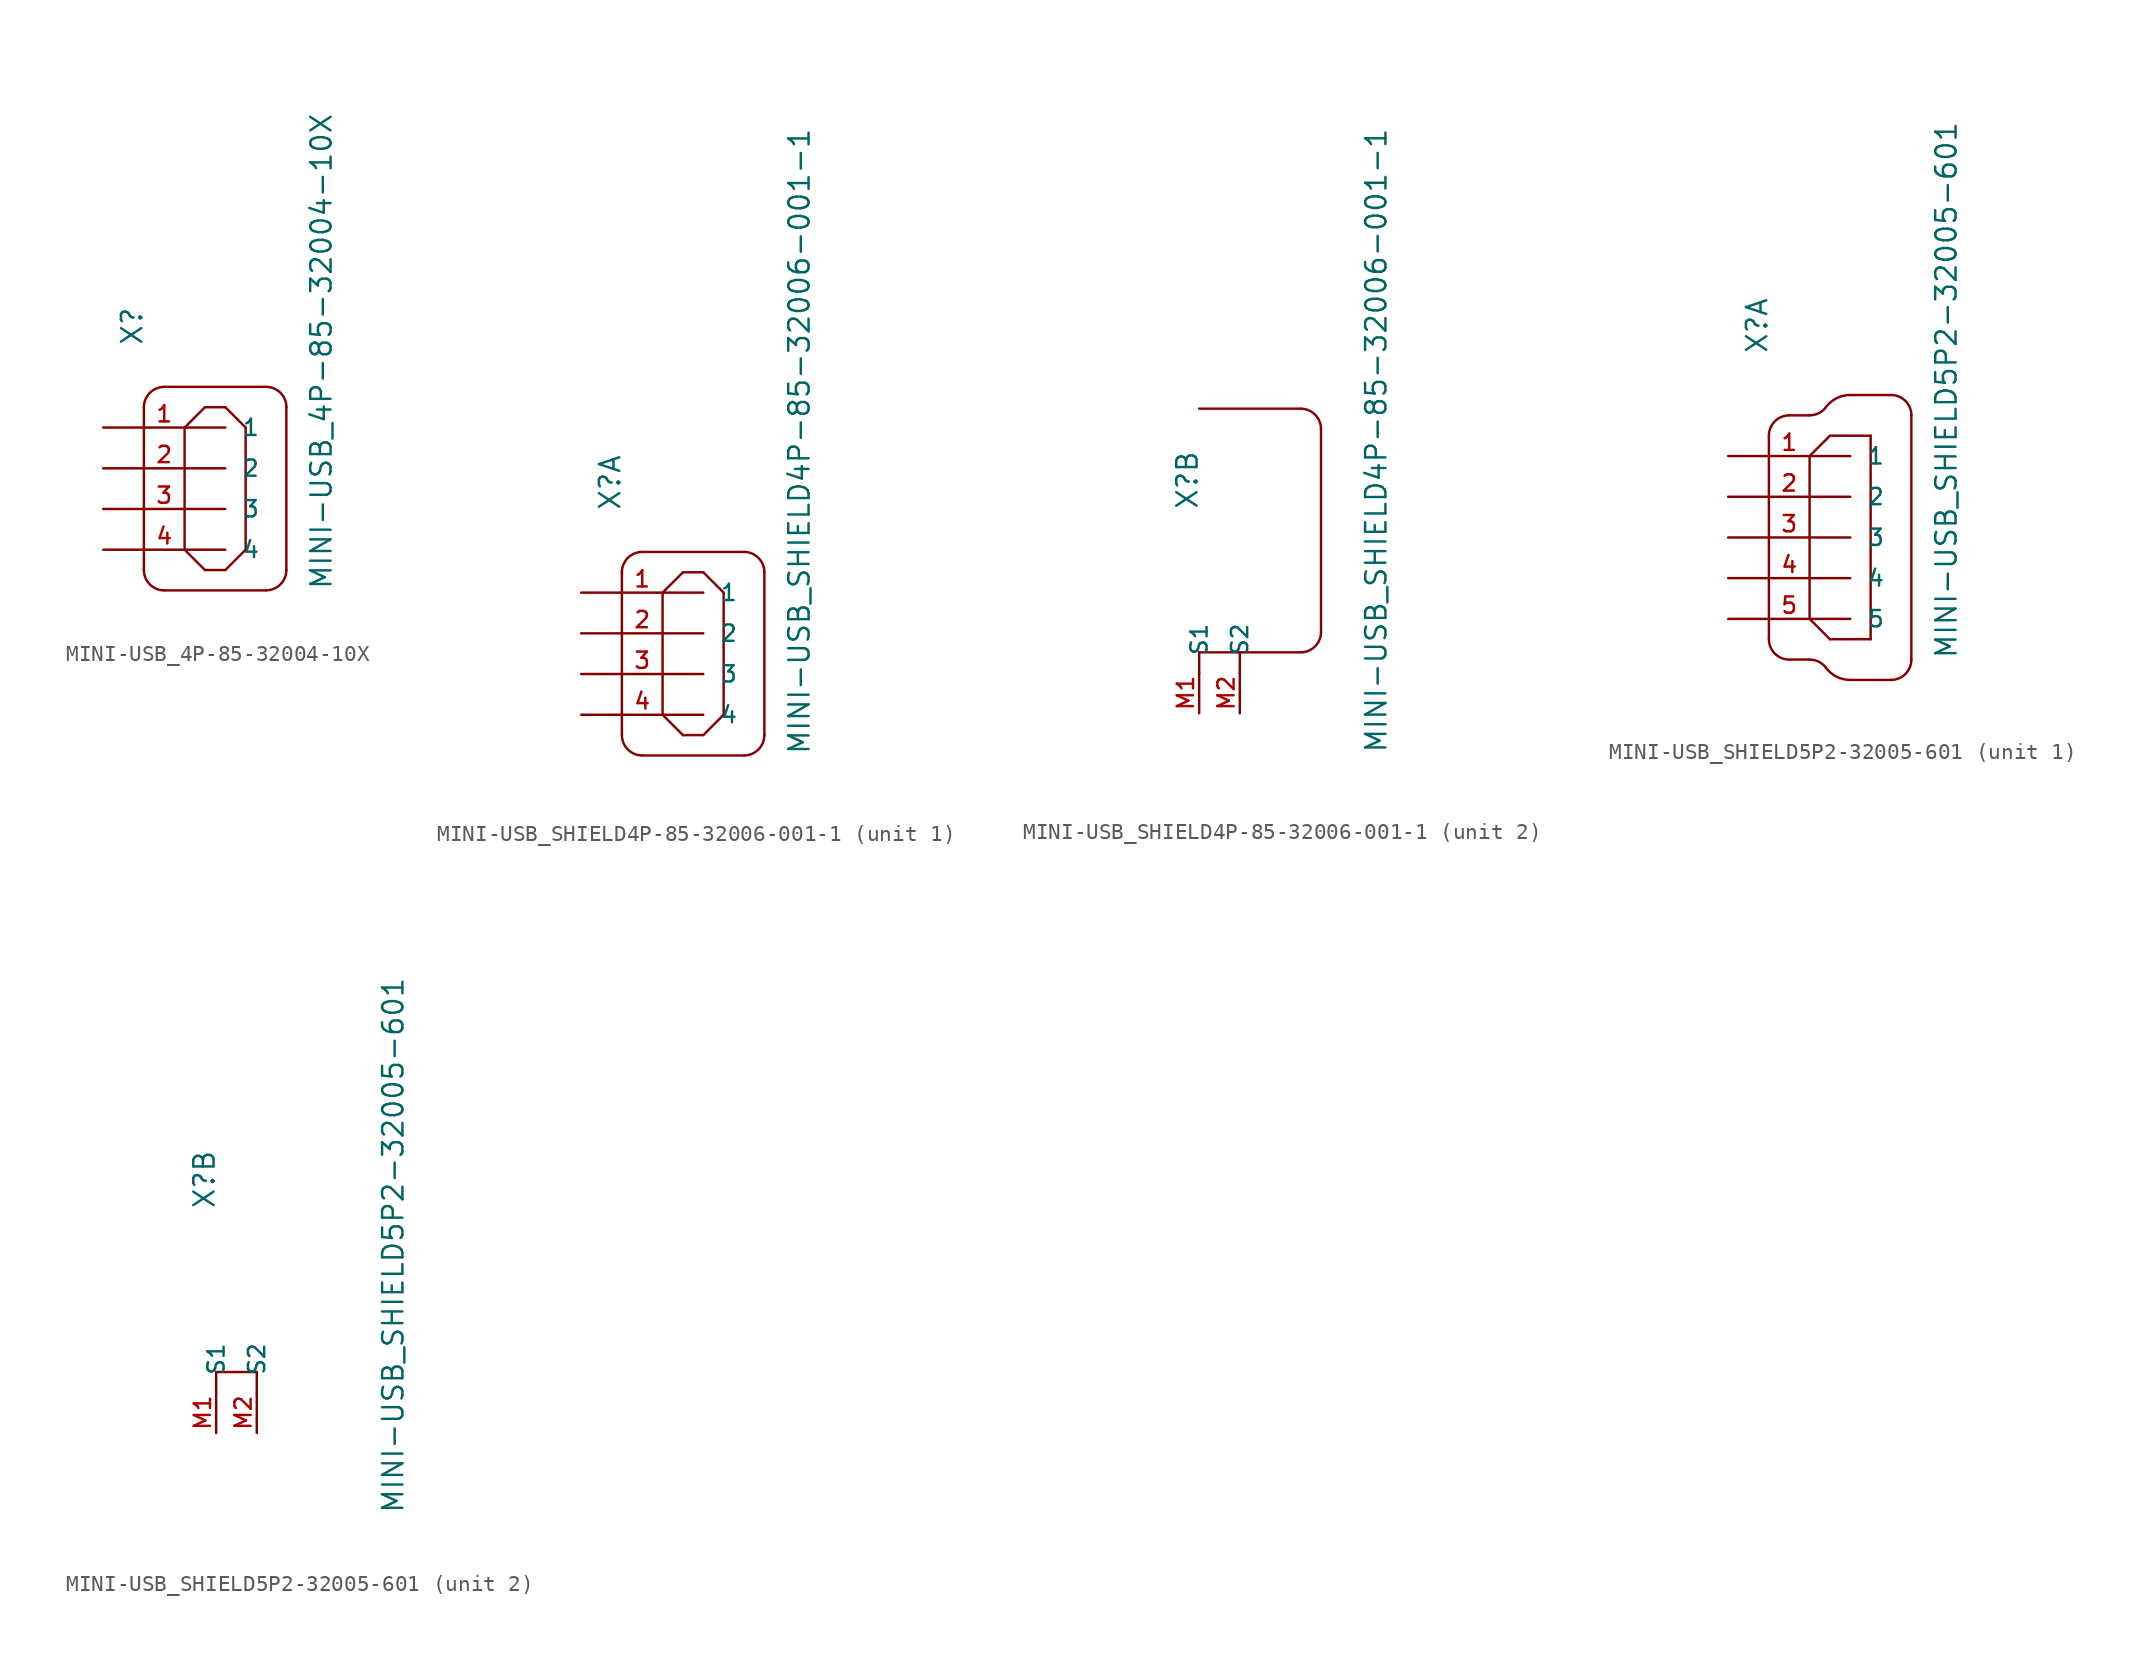
<source format=kicad_sym>
(kicad_symbol_lib
  (version 20220914)
  (generator kicad_symbol_editor)
  (symbol "MINI-USB_4P-85-32004-10X"
    (pin_names
      (offset 1.016))
    (property "Reference" "X"
      (at -2.54 10.16 90)
      (effects (font (size 1.27 1.27)) (justify left bottom)))
    (property "Value" "MINI-USB_4P-85-32004-10X"
      (at 9.271 -5.08 90)
      (effects (font (size 1.27 1.27)) (justify left bottom)))
    (property "Datasheet" ""
      (at 0 0 0)
      (effects (font (size 1.524 1.524))))
    (property "ki_locked" ""
      (at 0 0 0)
      (effects (font (size 1.27 1.27))))
    (symbol "MINI-USB_4P-85-32004-10X_1_0"
      (polyline (pts (xy -2.54 6.35) (xy -2.54 -3.81)) (stroke (width 0) (type solid)) (fill (type none)))
      (polyline (pts (xy -1.27 -5.08) (xy 5.08 -5.08)) (stroke (width 0) (type solid)) (fill (type none)))
      (polyline (pts (xy -1.27 7.62) (xy 5.08 7.62)) (stroke (width 0) (type solid)) (fill (type none)))
      (polyline (pts (xy 0 -2.54) (xy 1.27 -3.81)) (stroke (width 0) (type solid)) (fill (type none)))
      (polyline (pts (xy 0 5.08) (xy 0 -2.54)) (stroke (width 0) (type solid)) (fill (type none)))
      (polyline (pts (xy 1.27 -3.81) (xy 2.54 -3.81)) (stroke (width 0) (type solid)) (fill (type none)))
      (polyline (pts (xy 1.27 6.35) (xy 0 5.08)) (stroke (width 0) (type solid)) (fill (type none)))
      (polyline (pts (xy 2.54 -3.81) (xy 3.81 -2.54)) (stroke (width 0) (type solid)) (fill (type none)))
      (polyline (pts (xy 2.54 6.35) (xy 1.27 6.35)) (stroke (width 0) (type solid)) (fill (type none)))
      (polyline (pts (xy 2.54 6.35) (xy 3.81 5.08)) (stroke (width 0) (type solid)) (fill (type none)))
      (polyline (pts (xy 3.81 -2.54) (xy 3.81 5.08)) (stroke (width 0) (type solid)) (fill (type none)))
      (polyline (pts (xy 6.35 -3.81) (xy 6.35 6.35)) (stroke (width 0) (type solid)) (fill (type none))))
    (symbol "MINI-USB_4P-85-32004-10X_1_1"
      (arc (start -2.54 -3.81) (mid -2.168 -4.708) (end -1.27 -5.08) (stroke (width 0) (type solid)) (fill (type none)))
      (arc (start -1.27 7.62) (mid -2.168 7.248) (end -2.54 6.35) (stroke (width 0) (type solid)) (fill (type none)))
      (arc (start 5.08 -5.08) (mid 5.978 -4.708) (end 6.35 -3.81) (stroke (width 0) (type solid)) (fill (type none)))
      (arc (start 6.35 6.35) (mid 5.978 7.248) (end 5.08 7.62) (stroke (width 0) (type solid)) (fill (type none)))
      (pin passive line (at -5.08 5.08 0) (length 7.62) (name "1" (effects (font (size 1.016 1.016)))) (number "1" (effects (font (size 1.016 1.016)))))
      (pin passive line (at -5.08 2.54 0) (length 7.62) (name "2" (effects (font (size 1.016 1.016)))) (number "2" (effects (font (size 1.016 1.016)))))
      (pin passive line (at -5.08 0 0) (length 7.62) (name "3" (effects (font (size 1.016 1.016)))) (number "3" (effects (font (size 1.016 1.016)))))
      (pin passive line (at -5.08 -2.54 0) (length 7.62) (name "4" (effects (font (size 1.016 1.016)))) (number "4" (effects (font (size 1.016 1.016)))))))
  (symbol "MINI-USB_SHIELD4P-85-32006-001-1"
    (pin_names
      (offset 1.016))
    (property "Reference" "X"
      (at -2.54 10.16 90)
      (effects (font (size 1.27 1.27)) (justify left bottom)))
    (property "Value" "MINI-USB_SHIELD4P-85-32006-001-1"
      (at 9.271 -5.08 90)
      (effects (font (size 1.27 1.27)) (justify left bottom)))
    (property "Datasheet" ""
      (at 0 0 0)
      (effects (font (size 1.524 1.524))))
    (property "ki_locked" ""
      (at 0 0 0)
      (effects (font (size 1.27 1.27))))
    (symbol "MINI-USB_SHIELD4P-85-32006-001-1_1_0"
      (polyline (pts (xy -2.54 6.35) (xy -2.54 -3.81)) (stroke (width 0) (type solid)) (fill (type none)))
      (polyline (pts (xy -1.27 -5.08) (xy 5.08 -5.08)) (stroke (width 0) (type solid)) (fill (type none)))
      (polyline (pts (xy -1.27 7.62) (xy 5.08 7.62)) (stroke (width 0) (type solid)) (fill (type none)))
      (polyline (pts (xy 0 -2.54) (xy 1.27 -3.81)) (stroke (width 0) (type solid)) (fill (type none)))
      (polyline (pts (xy 0 5.08) (xy 0 -2.54)) (stroke (width 0) (type solid)) (fill (type none)))
      (polyline (pts (xy 1.27 -3.81) (xy 2.54 -3.81)) (stroke (width 0) (type solid)) (fill (type none)))
      (polyline (pts (xy 1.27 6.35) (xy 0 5.08)) (stroke (width 0) (type solid)) (fill (type none)))
      (polyline (pts (xy 2.54 -3.81) (xy 3.81 -2.54)) (stroke (width 0) (type solid)) (fill (type none)))
      (polyline (pts (xy 2.54 6.35) (xy 1.27 6.35)) (stroke (width 0) (type solid)) (fill (type none)))
      (polyline (pts (xy 2.54 6.35) (xy 3.81 5.08)) (stroke (width 0) (type solid)) (fill (type none)))
      (polyline (pts (xy 3.81 -2.54) (xy 3.81 5.08)) (stroke (width 0) (type solid)) (fill (type none)))
      (polyline (pts (xy 6.35 -3.81) (xy 6.35 6.35)) (stroke (width 0) (type solid)) (fill (type none))))
    (symbol "MINI-USB_SHIELD4P-85-32006-001-1_1_1"
      (arc (start -2.54 -3.81) (mid -2.168 -4.708) (end -1.27 -5.08) (stroke (width 0) (type solid)) (fill (type none)))
      (arc (start -1.27 7.62) (mid -2.168 7.248) (end -2.54 6.35) (stroke (width 0) (type solid)) (fill (type none)))
      (arc (start 5.08 -5.08) (mid 5.978 -4.708) (end 6.35 -3.81) (stroke (width 0) (type solid)) (fill (type none)))
      (arc (start 6.35 6.35) (mid 5.978 7.248) (end 5.08 7.62) (stroke (width 0) (type solid)) (fill (type none)))
      (pin passive line (at -5.08 5.08 0) (length 7.62) (name "1" (effects (font (size 1.016 1.016)))) (number "1" (effects (font (size 1.016 1.016)))))
      (pin passive line (at -5.08 2.54 0) (length 7.62) (name "2" (effects (font (size 1.016 1.016)))) (number "2" (effects (font (size 1.016 1.016)))))
      (pin passive line (at -5.08 0 0) (length 7.62) (name "3" (effects (font (size 1.016 1.016)))) (number "3" (effects (font (size 1.016 1.016)))))
      (pin passive line (at -5.08 -2.54 0) (length 7.62) (name "4" (effects (font (size 1.016 1.016)))) (number "4" (effects (font (size 1.016 1.016))))))
    (symbol "MINI-USB_SHIELD4P-85-32006-001-1_2_0"
      (polyline (pts (xy -2.54 0) (xy -2.54 1.27)) (stroke (width 0) (type solid)) (fill (type none)))
      (polyline (pts (xy -2.54 1.27) (xy 0 1.27)) (stroke (width 0) (type solid)) (fill (type none)))
      (polyline (pts (xy -2.54 16.51) (xy 3.81 16.51)) (stroke (width 0) (type solid)) (fill (type none)))
      (polyline (pts (xy 0 0) (xy 0 1.27)) (stroke (width 0) (type solid)) (fill (type none)))
      (polyline (pts (xy 0 1.27) (xy 3.81 1.27)) (stroke (width 0) (type solid)) (fill (type none)))
      (polyline (pts (xy 5.08 2.54) (xy 5.08 15.24)) (stroke (width 0) (type solid)) (fill (type none))))
    (symbol "MINI-USB_SHIELD4P-85-32006-001-1_2_1"
      (arc (start 3.81 1.27) (mid 4.708 1.642) (end 5.08 2.54) (stroke (width 0) (type solid)) (fill (type none)))
      (arc (start 5.08 15.24) (mid 4.708 16.138) (end 3.81 16.51) (stroke (width 0) (type solid)) (fill (type none)))
      (pin passive line (at -2.54 -2.54 90) (length 2.54) (name "S1" (effects (font (size 1.016 1.016)))) (number "M1" (effects (font (size 1.016 1.016)))))
      (pin passive line (at 0 -2.54 90) (length 2.54) (name "S2" (effects (font (size 1.016 1.016)))) (number "M2" (effects (font (size 1.016 1.016)))))))
  (symbol "MINI-USB_SHIELD5P2-32005-601"
    (pin_names
      (offset 1.016))
    (property "Reference" "X"
      (at -2.54 11.43 90)
      (effects (font (size 1.27 1.27)) (justify left bottom)))
    (property "Value" "MINI-USB_SHIELD5P2-32005-601"
      (at 9.271 -7.62 90)
      (effects (font (size 1.27 1.27)) (justify left bottom)))
    (property "Datasheet" ""
      (at 0 0 0)
      (effects (font (size 1.524 1.524))))
    (property "ki_locked" ""
      (at 0 0 0)
      (effects (font (size 1.27 1.27))))
    (symbol "MINI-USB_SHIELD5P2-32005-601_1_0"
      (polyline (pts (xy -2.54 6.35) (xy -2.54 -6.35)) (stroke (width 0) (type solid)) (fill (type none)))
      (polyline (pts (xy -1.27 -7.62) (xy 0 -7.62)) (stroke (width 0) (type solid)) (fill (type none)))
      (polyline (pts (xy -1.27 7.62) (xy 0 7.62)) (stroke (width 0) (type solid)) (fill (type none)))
      (polyline (pts (xy 0 -5.08) (xy 1.27 -6.35)) (stroke (width 0) (type solid)) (fill (type none)))
      (polyline (pts (xy 0 5.08) (xy 0 -5.08)) (stroke (width 0) (type solid)) (fill (type none)))
      (polyline (pts (xy 1.27 -6.35) (xy 3.81 -6.35)) (stroke (width 0) (type solid)) (fill (type none)))
      (polyline (pts (xy 1.27 6.35) (xy 0 5.08)) (stroke (width 0) (type solid)) (fill (type none)))
      (polyline (pts (xy 2.54 -8.89) (xy 5.08 -8.89)) (stroke (width 0) (type solid)) (fill (type none)))
      (polyline (pts (xy 2.54 8.89) (xy 5.08 8.89)) (stroke (width 0) (type solid)) (fill (type none)))
      (polyline (pts (xy 3.81 -6.35) (xy 3.81 6.35)) (stroke (width 0) (type solid)) (fill (type none)))
      (polyline (pts (xy 3.81 6.35) (xy 1.27 6.35)) (stroke (width 0) (type solid)) (fill (type none)))
      (polyline (pts (xy 6.35 -7.62) (xy 6.35 7.62)) (stroke (width 0) (type solid)) (fill (type none))))
    (symbol "MINI-USB_SHIELD5P2-32005-601_1_1"
      (arc (start -2.54 -6.35) (mid -2.168 -7.248) (end -1.27 -7.62) (stroke (width 0) (type solid)) (fill (type none)))
      (arc (start -1.27 7.62) (mid -2.168 7.248) (end -2.54 6.35) (stroke (width 0) (type solid)) (fill (type none)))
      (arc (start 0 7.62) (mid 0.568 7.7541) (end 1.016 8.128) (stroke (width 0) (type solid)) (fill (type none)))
      (arc (start 1.016 -8.128) (mid 0.568 -7.7541) (end 0 -7.62) (stroke (width 0) (type solid)) (fill (type none)))
      (arc (start 1.016 -8.128) (mid 1.6881 -8.6889) (end 2.54 -8.89) (stroke (width 0) (type solid)) (fill (type none)))
      (arc (start 2.54 8.89) (mid 1.6881 8.6889) (end 1.016 8.128) (stroke (width 0) (type solid)) (fill (type none)))
      (arc (start 5.08 -8.89) (mid 5.978 -8.518) (end 6.35 -7.62) (stroke (width 0) (type solid)) (fill (type none)))
      (arc (start 6.35 7.62) (mid 5.978 8.518) (end 5.08 8.89) (stroke (width 0) (type solid)) (fill (type none)))
      (pin passive line (at -5.08 5.08 0) (length 7.62) (name "1" (effects (font (size 1.016 1.016)))) (number "1" (effects (font (size 1.016 1.016)))))
      (pin passive line (at -5.08 2.54 0) (length 7.62) (name "2" (effects (font (size 1.016 1.016)))) (number "2" (effects (font (size 1.016 1.016)))))
      (pin passive line (at -5.08 0 0) (length 7.62) (name "3" (effects (font (size 1.016 1.016)))) (number "3" (effects (font (size 1.016 1.016)))))
      (pin passive line (at -5.08 -2.54 0) (length 7.62) (name "4" (effects (font (size 1.016 1.016)))) (number "4" (effects (font (size 1.016 1.016)))))
      (pin passive line (at -5.08 -5.08 0) (length 7.62) (name "5" (effects (font (size 1.016 1.016)))) (number "5" (effects (font (size 1.016 1.016))))))
    (symbol "MINI-USB_SHIELD5P2-32005-601_2_0"
      (polyline (pts (xy -2.54 0) (xy -2.54 1.27)) (stroke (width 0) (type solid)) (fill (type none)))
      (polyline (pts (xy -2.54 1.27) (xy 0 1.27)) (stroke (width 0) (type solid)) (fill (type none)))
      (polyline (pts (xy 0 0) (xy 0 1.27)) (stroke (width 0) (type solid)) (fill (type none))))
    (symbol "MINI-USB_SHIELD5P2-32005-601_2_1"
      (pin passive line (at -2.54 -2.54 90) (length 2.54) (name "S1" (effects (font (size 1.016 1.016)))) (number "M1" (effects (font (size 1.016 1.016)))))
      (pin passive line (at 0 -2.54 90) (length 2.54) (name "S2" (effects (font (size 1.016 1.016)))) (number "M2" (effects (font (size 1.016 1.016))))))))
</source>
